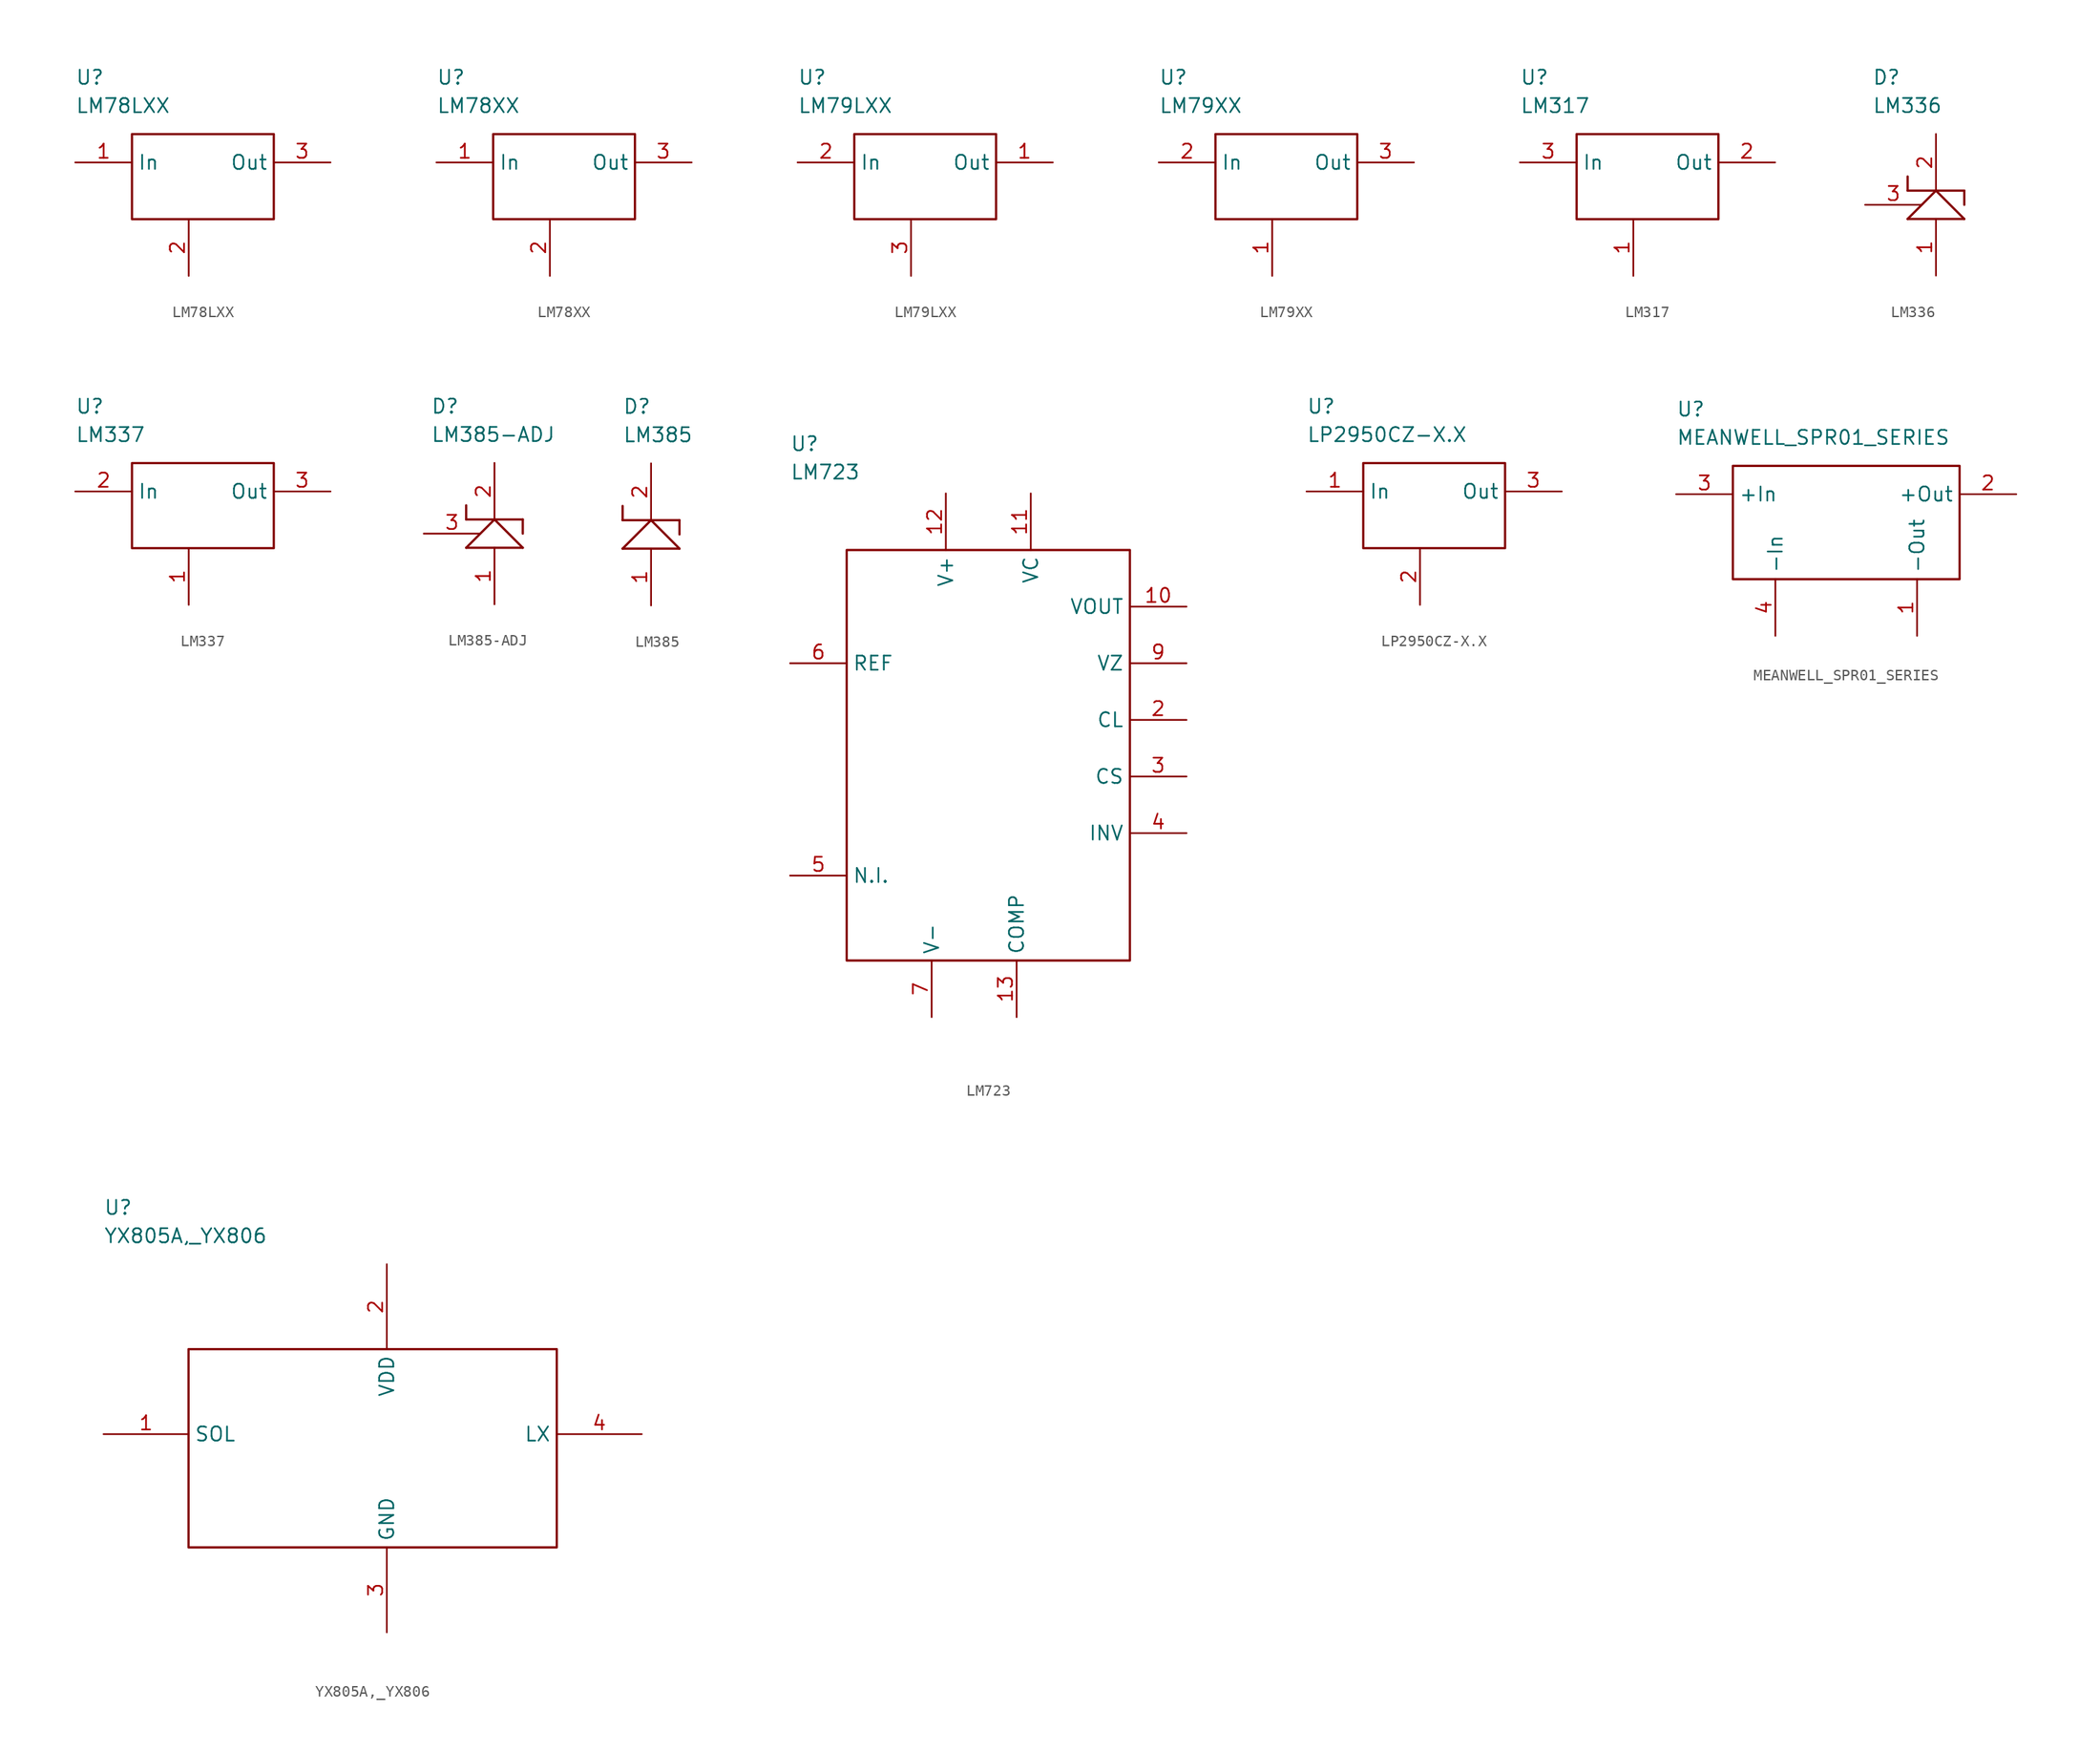
<source format=kicad_sym>
(kicad_symbol_lib
  (version 20211014)
  (generator kicad_symbol_editor)
  (symbol "LM78LXX"
    (property "Reference" "U"
      (at -11.43 11.43 0)
      (effects (font (size 1.27 1.27)) (justify left)))
    (property "Value" "LM78LXX"
      (at -11.43 8.89 0)
      (effects (font (size 1.27 1.27)) (justify left)))
    (property "ki_locked" ""
      (at 0 0 0)
      (effects (font (size 1.27 1.27))))
    (symbol "LM78LXX_0_0"
      (rectangle (start -6.35 6.35) (end 6.35 -1.27) (stroke (width 0.203) (type default) (color 0 0 0 0)) (fill (type none))))
    (symbol "LM78LXX_1_0"
      (pin unspecified line (at -11.43 3.81 0) (length 5.08) (name "In" (effects (font (size 1.27 1.27)))) (number "1" (effects (font (size 1.27 1.27)))))
      (pin unspecified line (at -1.27 -6.35 90) (length 5.08) (name "~" (effects (font (size 1.27 1.27)))) (number "2" (effects (font (size 1.27 1.27)))))
      (pin unspecified line (at 11.43 3.81 180) (length 5.08) (name "Out" (effects (font (size 1.27 1.27)))) (number "3" (effects (font (size 1.27 1.27)))))))
  (symbol "LM78XX"
    (property "Reference" "U"
      (at -11.43 11.43 0)
      (effects (font (size 1.27 1.27)) (justify left)))
    (property "Value" "LM78XX"
      (at -11.43 8.89 0)
      (effects (font (size 1.27 1.27)) (justify left)))
    (property "ki_locked" ""
      (at 0 0 0)
      (effects (font (size 1.27 1.27))))
    (symbol "LM78XX_0_0"
      (rectangle (start -6.35 6.35) (end 6.35 -1.27) (stroke (width 0.203) (type default) (color 0 0 0 0)) (fill (type none))))
    (symbol "LM78XX_1_0"
      (pin unspecified line (at -11.43 3.81 0) (length 5.08) (name "In" (effects (font (size 1.27 1.27)))) (number "1" (effects (font (size 1.27 1.27)))))
      (pin unspecified line (at -1.27 -6.35 90) (length 5.08) (name "~" (effects (font (size 1.27 1.27)))) (number "2" (effects (font (size 1.27 1.27)))))
      (pin unspecified line (at 11.43 3.81 180) (length 5.08) (name "Out" (effects (font (size 1.27 1.27)))) (number "3" (effects (font (size 1.27 1.27)))))))
  (symbol "LM79LXX"
    (property "Reference" "U"
      (at -11.43 11.43 0)
      (effects (font (size 1.27 1.27)) (justify left)))
    (property "Value" "LM79LXX"
      (at -11.43 8.89 0)
      (effects (font (size 1.27 1.27)) (justify left)))
    (property "ki_locked" ""
      (at 0 0 0)
      (effects (font (size 1.27 1.27))))
    (symbol "LM79LXX_0_0"
      (rectangle (start -6.35 6.35) (end 6.35 -1.27) (stroke (width 0.203) (type default) (color 0 0 0 0)) (fill (type none))))
    (symbol "LM79LXX_1_0"
      (pin unspecified line (at 11.43 3.81 180) (length 5.08) (name "Out" (effects (font (size 1.27 1.27)))) (number "1" (effects (font (size 1.27 1.27)))))
      (pin unspecified line (at -11.43 3.81 0) (length 5.08) (name "In" (effects (font (size 1.27 1.27)))) (number "2" (effects (font (size 1.27 1.27)))))
      (pin unspecified line (at -1.27 -6.35 90) (length 5.08) (name "~" (effects (font (size 1.27 1.27)))) (number "3" (effects (font (size 1.27 1.27)))))))
  (symbol "LM79XX"
    (property "Reference" "U"
      (at -11.43 11.43 0)
      (effects (font (size 1.27 1.27)) (justify left)))
    (property "Value" "LM79XX"
      (at -11.43 8.89 0)
      (effects (font (size 1.27 1.27)) (justify left)))
    (property "ki_locked" ""
      (at 0 0 0)
      (effects (font (size 1.27 1.27))))
    (symbol "LM79XX_0_0"
      (rectangle (start -6.35 6.35) (end 6.35 -1.27) (stroke (width 0.203) (type default) (color 0 0 0 0)) (fill (type none))))
    (symbol "LM79XX_1_0"
      (pin unspecified line (at -1.27 -6.35 90) (length 5.08) (name "~" (effects (font (size 1.27 1.27)))) (number "1" (effects (font (size 1.27 1.27)))))
      (pin unspecified line (at -11.43 3.81 0) (length 5.08) (name "In" (effects (font (size 1.27 1.27)))) (number "2" (effects (font (size 1.27 1.27)))))
      (pin unspecified line (at 11.43 3.81 180) (length 5.08) (name "Out" (effects (font (size 1.27 1.27)))) (number "3" (effects (font (size 1.27 1.27)))))))
  (symbol "LM317"
    (property "Reference" "U"
      (at -11.43 11.43 0)
      (effects (font (size 1.27 1.27)) (justify left)))
    (property "Value" "LM317"
      (at -11.43 8.89 0)
      (effects (font (size 1.27 1.27)) (justify left)))
    (property "ki_locked" ""
      (at 0 0 0)
      (effects (font (size 1.27 1.27))))
    (symbol "LM317_0_0"
      (rectangle (start -6.35 6.35) (end 6.35 -1.27) (stroke (width 0.203) (type default) (color 0 0 0 0)) (fill (type none))))
    (symbol "LM317_1_0"
      (pin unspecified line (at -1.27 -6.35 90) (length 5.08) (name "~" (effects (font (size 1.27 1.27)))) (number "1" (effects (font (size 1.27 1.27)))))
      (pin unspecified line (at 11.43 3.81 180) (length 5.08) (name "Out" (effects (font (size 1.27 1.27)))) (number "2" (effects (font (size 1.27 1.27)))))
      (pin unspecified line (at -11.43 3.81 0) (length 5.08) (name "In" (effects (font (size 1.27 1.27)))) (number "3" (effects (font (size 1.27 1.27)))))))
  (symbol "LM336"
    (property "Reference" "D"
      (at -4.445 11.43 0)
      (effects (font (size 1.27 1.27)) (justify left)))
    (property "Value" "LM336"
      (at -4.445 8.89 0)
      (effects (font (size 1.27 1.27)) (justify left)))
    (property "ki_locked" ""
      (at 0 0 0)
      (effects (font (size 1.27 1.27))))
    (symbol "LM336_0_0"
      (polyline (pts (xy -1.27 -1.27) (xy 3.81 -1.27)) (stroke (width 0.203) (type default) (color 0 0 0 0)) (fill (type none)))
      (polyline (pts (xy -1.27 1.27) (xy -1.27 2.54)) (stroke (width 0.203) (type default) (color 0 0 0 0)) (fill (type none)))
      (polyline (pts (xy -1.27 1.27) (xy 3.81 1.27)) (stroke (width 0.203) (type default) (color 0 0 0 0)) (fill (type none)))
      (polyline (pts (xy 1.27 1.27) (xy -1.27 -1.27)) (stroke (width 0.203) (type default) (color 0 0 0 0)) (fill (type none)))
      (polyline (pts (xy 3.81 -1.27) (xy 1.27 1.27)) (stroke (width 0.203) (type default) (color 0 0 0 0)) (fill (type none)))
      (polyline (pts (xy 3.81 1.27) (xy 3.81 0)) (stroke (width 0.203) (type default) (color 0 0 0 0)) (fill (type none))))
    (symbol "LM336_1_0"
      (pin unspecified line (at 1.27 -6.35 90) (length 5.08) (name "~" (effects (font (size 1.27 1.27)))) (number "1" (effects (font (size 1.27 1.27)))))
      (pin unspecified line (at 1.27 6.35 270) (length 5.08) (name "~" (effects (font (size 1.27 1.27)))) (number "2" (effects (font (size 1.27 1.27)))))
      (pin unspecified line (at -5.08 0 0) (length 5.08) (name "~" (effects (font (size 1.27 1.27)))) (number "3" (effects (font (size 1.27 1.27)))))))
  (symbol "LM337"
    (property "Reference" "U"
      (at -11.43 11.43 0)
      (effects (font (size 1.27 1.27)) (justify left)))
    (property "Value" "LM337"
      (at -11.43 8.89 0)
      (effects (font (size 1.27 1.27)) (justify left)))
    (property "ki_locked" ""
      (at 0 0 0)
      (effects (font (size 1.27 1.27))))
    (symbol "LM337_0_0"
      (rectangle (start -6.35 6.35) (end 6.35 -1.27) (stroke (width 0.203) (type default) (color 0 0 0 0)) (fill (type none))))
    (symbol "LM337_1_0"
      (pin unspecified line (at -1.27 -6.35 90) (length 5.08) (name "~" (effects (font (size 1.27 1.27)))) (number "1" (effects (font (size 1.27 1.27)))))
      (pin unspecified line (at -11.43 3.81 0) (length 5.08) (name "In" (effects (font (size 1.27 1.27)))) (number "2" (effects (font (size 1.27 1.27)))))
      (pin unspecified line (at 11.43 3.81 180) (length 5.08) (name "Out" (effects (font (size 1.27 1.27)))) (number "3" (effects (font (size 1.27 1.27)))))))
  (symbol "LM385-ADJ"
    (property "Reference" "D"
      (at -4.445 11.43 0)
      (effects (font (size 1.27 1.27)) (justify left)))
    (property "Value" "LM385-ADJ"
      (at -4.445 8.89 0)
      (effects (font (size 1.27 1.27)) (justify left)))
    (property "ki_locked" ""
      (at 0 0 0)
      (effects (font (size 1.27 1.27))))
    (symbol "LM385-ADJ_0_0"
      (polyline (pts (xy -1.27 -1.27) (xy 3.81 -1.27)) (stroke (width 0.203) (type default) (color 0 0 0 0)) (fill (type none)))
      (polyline (pts (xy -1.27 1.27) (xy -1.27 2.54)) (stroke (width 0.203) (type default) (color 0 0 0 0)) (fill (type none)))
      (polyline (pts (xy -1.27 1.27) (xy 3.81 1.27)) (stroke (width 0.203) (type default) (color 0 0 0 0)) (fill (type none)))
      (polyline (pts (xy 1.27 1.27) (xy -1.27 -1.27)) (stroke (width 0.203) (type default) (color 0 0 0 0)) (fill (type none)))
      (polyline (pts (xy 3.81 -1.27) (xy 1.27 1.27)) (stroke (width 0.203) (type default) (color 0 0 0 0)) (fill (type none)))
      (polyline (pts (xy 3.81 1.27) (xy 3.81 0)) (stroke (width 0.203) (type default) (color 0 0 0 0)) (fill (type none))))
    (symbol "LM385-ADJ_1_0"
      (pin unspecified line (at 1.27 -6.35 90) (length 5.08) (name "~" (effects (font (size 1.27 1.27)))) (number "1" (effects (font (size 1.27 1.27)))))
      (pin unspecified line (at 1.27 6.35 270) (length 5.08) (name "~" (effects (font (size 1.27 1.27)))) (number "2" (effects (font (size 1.27 1.27)))))
      (pin unspecified line (at -5.08 0 0) (length 5.08) (name "~" (effects (font (size 1.27 1.27)))) (number "3" (effects (font (size 1.27 1.27)))))))
  (symbol "LM385"
    (property "Reference" "D"
      (at -2.54 11.43 0)
      (effects (font (size 1.27 1.27)) (justify left)))
    (property "Value" "LM385"
      (at -2.54 8.89 0)
      (effects (font (size 1.27 1.27)) (justify left)))
    (property "ki_locked" ""
      (at 0 0 0)
      (effects (font (size 1.27 1.27))))
    (symbol "LM385_0_0"
      (polyline (pts (xy -2.54 -1.27) (xy 2.54 -1.27)) (stroke (width 0.203) (type default) (color 0 0 0 0)) (fill (type none)))
      (polyline (pts (xy -2.54 1.27) (xy -2.54 2.54)) (stroke (width 0.203) (type default) (color 0 0 0 0)) (fill (type none)))
      (polyline (pts (xy -2.54 1.27) (xy 2.54 1.27)) (stroke (width 0.203) (type default) (color 0 0 0 0)) (fill (type none)))
      (polyline (pts (xy 0 1.27) (xy -2.54 -1.27)) (stroke (width 0.203) (type default) (color 0 0 0 0)) (fill (type none)))
      (polyline (pts (xy 2.54 -1.27) (xy 0 1.27)) (stroke (width 0.203) (type default) (color 0 0 0 0)) (fill (type none)))
      (polyline (pts (xy 2.54 1.27) (xy 2.54 0)) (stroke (width 0.203) (type default) (color 0 0 0 0)) (fill (type none))))
    (symbol "LM385_1_0"
      (pin unspecified line (at 0 -6.35 90) (length 5.08) (name "~" (effects (font (size 1.27 1.27)))) (number "1" (effects (font (size 1.27 1.27)))))
      (pin unspecified line (at 0 6.35 270) (length 5.08) (name "~" (effects (font (size 1.27 1.27)))) (number "2" (effects (font (size 1.27 1.27)))))))
  (symbol "LM723"
    (property "Reference" "U"
      (at -17.78 28.575 0)
      (effects (font (size 1.27 1.27)) (justify left)))
    (property "Value" "LM723"
      (at -17.78 26.035 0)
      (effects (font (size 1.27 1.27)) (justify left)))
    (property "ki_locked" ""
      (at 0 0 0)
      (effects (font (size 1.27 1.27))))
    (symbol "LM723_0_0"
      (rectangle (start -12.7 19.05) (end 12.7 -17.78) (stroke (width 0.203) (type default) (color 0 0 0 0)) (fill (type none))))
    (symbol "LM723_1_0"
      (pin unspecified line (at 17.78 13.97 180) (length 5.08) (name "VOUT" (effects (font (size 1.27 1.27)))) (number "10" (effects (font (size 1.27 1.27)))))
      (pin unspecified line (at 3.81 24.13 270) (length 5.08) (name "VC" (effects (font (size 1.27 1.27)))) (number "11" (effects (font (size 1.27 1.27)))))
      (pin unspecified line (at -3.81 24.13 270) (length 5.08) (name "V+" (effects (font (size 1.27 1.27)))) (number "12" (effects (font (size 1.27 1.27)))))
      (pin unspecified line (at 2.54 -22.86 90) (length 5.08) (name "COMP" (effects (font (size 1.27 1.27)))) (number "13" (effects (font (size 1.27 1.27)))))
      (pin unspecified line (at 17.78 3.81 180) (length 5.08) (name "CL" (effects (font (size 1.27 1.27)))) (number "2" (effects (font (size 1.27 1.27)))))
      (pin unspecified line (at 17.78 -1.27 180) (length 5.08) (name "CS" (effects (font (size 1.27 1.27)))) (number "3" (effects (font (size 1.27 1.27)))))
      (pin unspecified line (at 17.78 -6.35 180) (length 5.08) (name "INV" (effects (font (size 1.27 1.27)))) (number "4" (effects (font (size 1.27 1.27)))))
      (pin unspecified line (at -17.78 -10.16 0) (length 5.08) (name "N.I." (effects (font (size 1.27 1.27)))) (number "5" (effects (font (size 1.27 1.27)))))
      (pin unspecified line (at -17.78 8.89 0) (length 5.08) (name "REF" (effects (font (size 1.27 1.27)))) (number "6" (effects (font (size 1.27 1.27)))))
      (pin unspecified line (at -5.08 -22.86 90) (length 5.08) (name "V-" (effects (font (size 1.27 1.27)))) (number "7" (effects (font (size 1.27 1.27)))))
      (pin unspecified line (at 17.78 8.89 180) (length 5.08) (name "VZ" (effects (font (size 1.27 1.27)))) (number "9" (effects (font (size 1.27 1.27)))))))
  (symbol "LP2950CZ-X.X"
    (property "Reference" "U"
      (at -11.43 11.43 0)
      (effects (font (size 1.27 1.27)) (justify left)))
    (property "Value" "LP2950CZ-X.X"
      (at -11.43 8.89 0)
      (effects (font (size 1.27 1.27)) (justify left)))
    (property "ki_locked" ""
      (at 0 0 0)
      (effects (font (size 1.27 1.27))))
    (symbol "LP2950CZ-X.X_0_0"
      (rectangle (start -6.35 6.35) (end 6.35 -1.27) (stroke (width 0.203) (type default) (color 0 0 0 0)) (fill (type none))))
    (symbol "LP2950CZ-X.X_1_0"
      (pin unspecified line (at -11.43 3.81 0) (length 5.08) (name "In" (effects (font (size 1.27 1.27)))) (number "1" (effects (font (size 1.27 1.27)))))
      (pin unspecified line (at -1.27 -6.35 90) (length 5.08) (name "~" (effects (font (size 1.27 1.27)))) (number "2" (effects (font (size 1.27 1.27)))))
      (pin unspecified line (at 11.43 3.81 180) (length 5.08) (name "Out" (effects (font (size 1.27 1.27)))) (number "3" (effects (font (size 1.27 1.27)))))))
  (symbol "MEANWELL_SPR01_SERIES"
    (property "Reference" "U"
      (at -15.24 12.7 0)
      (effects (font (size 1.27 1.27)) (justify left)))
    (property "Value" "MEANWELL_SPR01_SERIES"
      (at -15.24 10.16 0)
      (effects (font (size 1.27 1.27)) (justify left)))
    (property "ki_locked" ""
      (at 0 0 0)
      (effects (font (size 1.27 1.27))))
    (symbol "MEANWELL_SPR01_SERIES_0_0"
      (rectangle (start -10.16 7.62) (end 10.16 -2.54) (stroke (width 0.203) (type default) (color 0 0 0 0)) (fill (type none))))
    (symbol "MEANWELL_SPR01_SERIES_1_0"
      (pin unspecified line (at 6.35 -7.62 90) (length 5.08) (name "-Out" (effects (font (size 1.27 1.27)))) (number "1" (effects (font (size 1.27 1.27)))))
      (pin unspecified line (at 15.24 5.08 180) (length 5.08) (name "+Out" (effects (font (size 1.27 1.27)))) (number "2" (effects (font (size 1.27 1.27)))))
      (pin unspecified line (at -15.24 5.08 0) (length 5.08) (name "+In" (effects (font (size 1.27 1.27)))) (number "3" (effects (font (size 1.27 1.27)))))
      (pin unspecified line (at -6.35 -7.62 90) (length 5.08) (name "-In" (effects (font (size 1.27 1.27)))) (number "4" (effects (font (size 1.27 1.27)))))))
  (symbol "YX805A,_YX806"
    (property "Reference" "U"
      (at -24.13 21.59 0)
      (effects (font (size 1.27 1.27)) (justify left)))
    (property "Value" "YX805A,_YX806"
      (at -24.13 19.05 0)
      (effects (font (size 1.27 1.27)) (justify left)))
    (property "ki_locked" ""
      (at 0 0 0)
      (effects (font (size 1.27 1.27))))
    (symbol "YX805A,_YX806_0_0"
      (rectangle (start -16.51 8.89) (end 16.51 -8.89) (stroke (width 0.203) (type default) (color 0 0 0 0)) (fill (type none))))
    (symbol "YX805A,_YX806_1_0"
      (pin unspecified line (at -24.13 1.27 0) (length 7.62) (name "SOL" (effects (font (size 1.27 1.27)))) (number "1" (effects (font (size 1.27 1.27)))))
      (pin unspecified line (at 1.27 16.51 270) (length 7.62) (name "VDD" (effects (font (size 1.27 1.27)))) (number "2" (effects (font (size 1.27 1.27)))))
      (pin unspecified line (at 1.27 -16.51 90) (length 7.62) (name "GND" (effects (font (size 1.27 1.27)))) (number "3" (effects (font (size 1.27 1.27)))))
      (pin unspecified line (at 24.13 1.27 180) (length 7.62) (name "LX" (effects (font (size 1.27 1.27)))) (number "4" (effects (font (size 1.27 1.27))))))))
</source>
